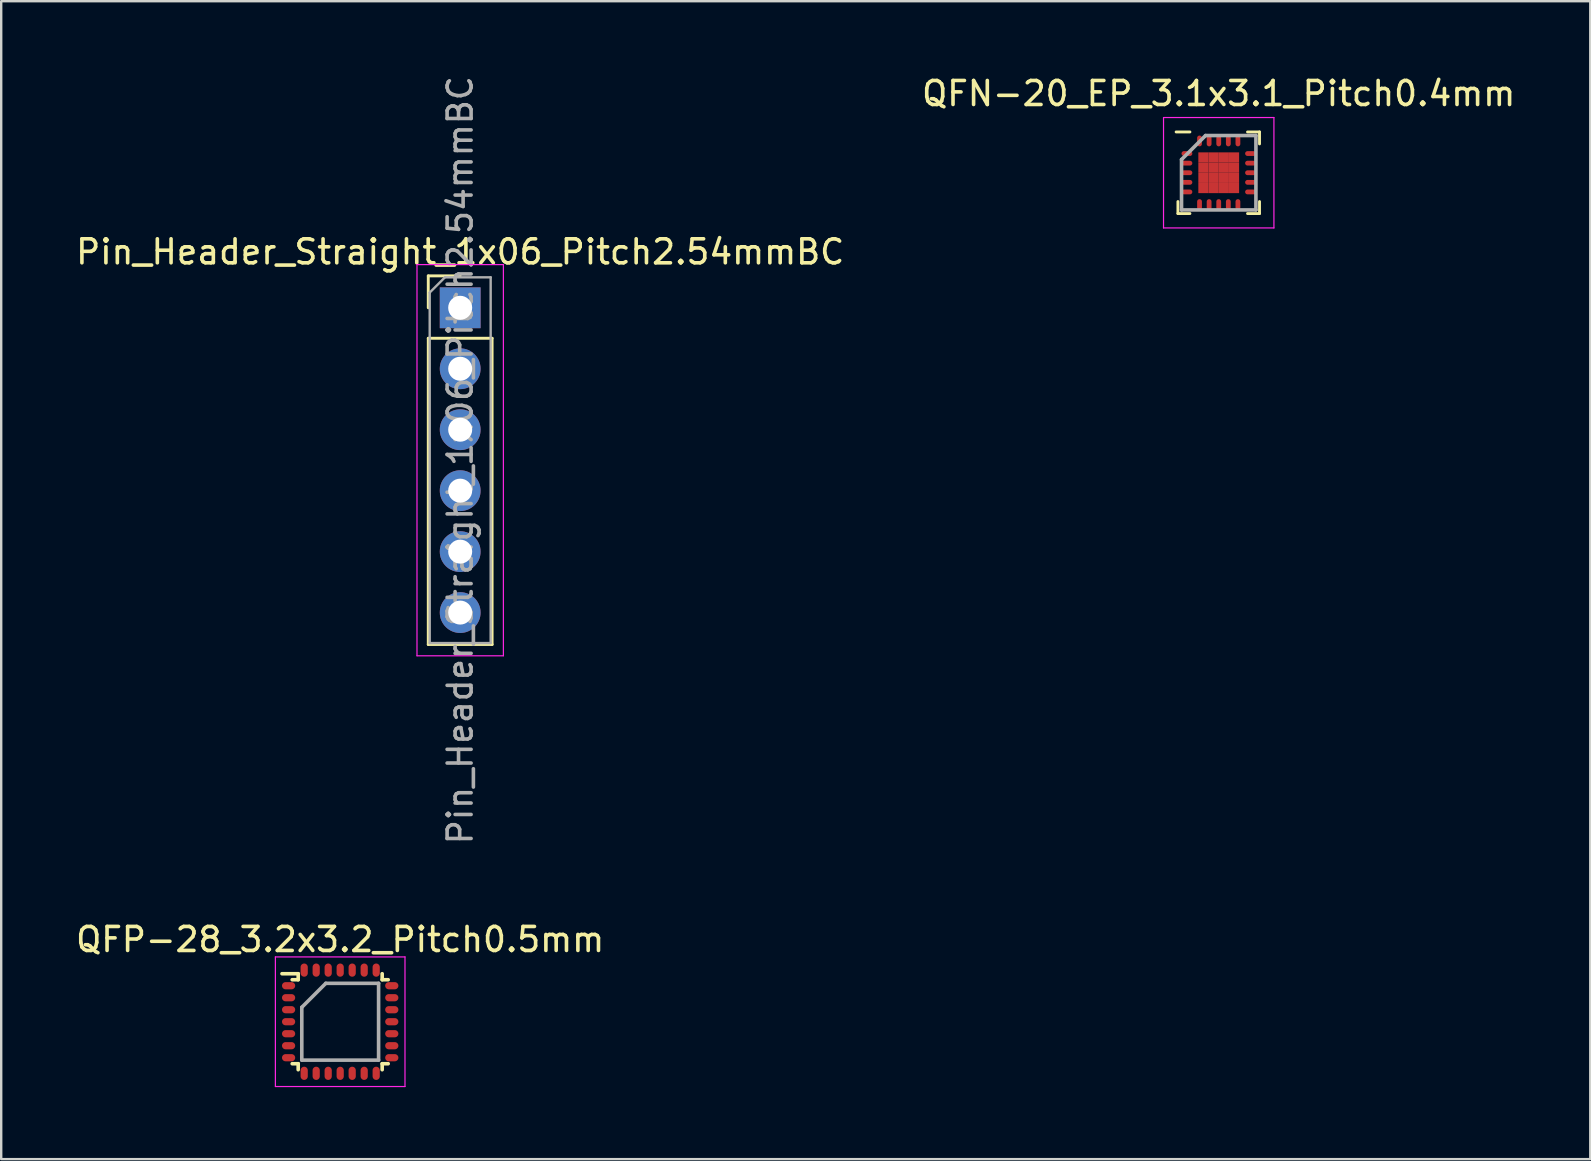
<source format=kicad_pcb>
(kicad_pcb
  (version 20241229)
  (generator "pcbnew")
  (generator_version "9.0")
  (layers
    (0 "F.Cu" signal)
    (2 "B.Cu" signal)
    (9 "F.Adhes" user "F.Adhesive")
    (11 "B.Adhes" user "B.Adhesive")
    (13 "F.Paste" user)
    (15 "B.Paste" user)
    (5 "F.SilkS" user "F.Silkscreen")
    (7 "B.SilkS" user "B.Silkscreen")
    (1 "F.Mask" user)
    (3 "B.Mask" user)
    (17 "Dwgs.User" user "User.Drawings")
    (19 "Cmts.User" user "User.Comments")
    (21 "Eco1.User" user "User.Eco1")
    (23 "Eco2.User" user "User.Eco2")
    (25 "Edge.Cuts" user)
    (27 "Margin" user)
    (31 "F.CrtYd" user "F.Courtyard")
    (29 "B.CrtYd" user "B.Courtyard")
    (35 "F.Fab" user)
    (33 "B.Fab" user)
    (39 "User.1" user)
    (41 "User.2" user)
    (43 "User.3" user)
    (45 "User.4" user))
  (footprint "Pin_Header_Straight_1x06_Pitch2.54mmBC"
    (layer "F.Cu")
    (at 16.125 9.775)
    (property "Reference" "Pin_Header_Straight_1x06_Pitch2.54mmBC" (at 0 -2.33 0) (layer "F.SilkS") (effects (font (size 1 1) (thickness 0.15))))
    (attr through_hole)
    (fp_line (start -1.33 -1.33) (end 0 -1.33) (stroke (width 0.12) (type solid)) (layer "F.SilkS"))
    (fp_line (start -1.33 0) (end -1.33 -1.33) (stroke (width 0.12) (type solid)) (layer "F.SilkS"))
    (fp_line (start -1.33 1.27) (end -1.33 14.03) (stroke (width 0.12) (type solid)) (layer "F.SilkS"))
    (fp_line (start -1.33 1.27) (end 1.33 1.27) (stroke (width 0.12) (type solid)) (layer "F.SilkS"))
    (fp_line (start -1.33 14.03) (end 1.33 14.03) (stroke (width 0.12) (type solid)) (layer "F.SilkS"))
    (fp_line (start 1.33 1.27) (end 1.33 14.03) (stroke (width 0.12) (type solid)) (layer "F.SilkS"))
    (fp_line (start -1.8 -1.8) (end -1.8 14.5) (stroke (width 0.05) (type solid)) (layer "F.CrtYd"))
    (fp_line (start -1.8 14.5) (end 1.8 14.5) (stroke (width 0.05) (type solid)) (layer "F.CrtYd"))
    (fp_line (start 1.8 -1.8) (end -1.8 -1.8) (stroke (width 0.05) (type solid)) (layer "F.CrtYd"))
    (fp_line (start 1.8 14.5) (end 1.8 -1.8) (stroke (width 0.05) (type solid)) (layer "F.CrtYd"))
    (fp_line (start -1.27 -0.635) (end -0.635 -1.27) (stroke (width 0.1) (type solid)) (layer "F.Fab"))
    (fp_line (start -1.27 13.97) (end -1.27 -0.635) (stroke (width 0.1) (type solid)) (layer "F.Fab"))
    (fp_line (start -0.635 -1.27) (end 1.27 -1.27) (stroke (width 0.1) (type solid)) (layer "F.Fab"))
    (fp_line (start 1.27 -1.27) (end 1.27 13.97) (stroke (width 0.1) (type solid)) (layer "F.Fab"))
    (fp_line (start 1.27 13.97) (end -1.27 13.97) (stroke (width 0.1) (type solid)) (layer "F.Fab"))
    (fp_text user "${REFERENCE}" (at 0 6.35 90) (layer "F.Fab") (effects (font (size 1 1) (thickness 0.15))))
    (pad "1" thru_hole rect (at 0 0) (size 1.7 1.7) (drill 1) (layers "B.Cu" "B.Mask"))
    (pad "2" thru_hole oval (at 0 2.54) (size 1.7 1.7) (drill 1) (layers "B.Cu" "B.Mask"))
    (pad "3" thru_hole oval (at 0 5.08) (size 1.7 1.7) (drill 1) (layers "B.Cu" "B.Mask"))
    (pad "4" thru_hole oval (at 0 7.62) (size 1.7 1.7) (drill 1) (layers "B.Cu" "B.Mask"))
    (pad "5" thru_hole oval (at 0 10.16) (size 1.7 1.7) (drill 1) (layers "B.Cu" "B.Mask"))
    (pad "6" thru_hole oval (at 0 12.7) (size 1.7 1.7) (drill 1) (layers "B.Cu" "B.Mask")))
  (footprint "QFN-20_EP_3.1x3.1_Pitch0.4mm"
    (layer "F.Cu")
    (at 47.732 4.148)
    (property "Reference" "QFN-20_EP_3.1x3.1_Pitch0.4mm" (at 0 -3.3 0) (layer "F.SilkS") (effects (font (size 1 1) (thickness 0.15))))
    (attr smd)
    (fp_line (start -1.7 1.7) (end -1.7 1.2) (stroke (width 0.12) (type solid)) (layer "F.SilkS"))
    (fp_line (start -1.2 -1.7) (end -1.775 -1.7) (stroke (width 0.12) (type solid)) (layer "F.SilkS"))
    (fp_line (start -1.2 1.7) (end -1.7 1.7) (stroke (width 0.12) (type solid)) (layer "F.SilkS"))
    (fp_line (start 1.2 -1.7) (end 1.7 -1.7) (stroke (width 0.12) (type solid)) (layer "F.SilkS"))
    (fp_line (start 1.2 1.7) (end 1.7 1.7) (stroke (width 0.12) (type solid)) (layer "F.SilkS"))
    (fp_line (start 1.7 -1.7) (end 1.7 -1.2) (stroke (width 0.12) (type solid)) (layer "F.SilkS"))
    (fp_line (start 1.7 1.7) (end 1.7 1.2) (stroke (width 0.12) (type solid)) (layer "F.SilkS"))
    (fp_line (start -2.3 -2.3) (end 2.3 -2.3) (stroke (width 0.05) (type solid)) (layer "F.CrtYd"))
    (fp_line (start -2.3 2.3) (end -2.3 -2.3) (stroke (width 0.05) (type solid)) (layer "F.CrtYd"))
    (fp_line (start 2.3 -2.3) (end 2.3 2.3) (stroke (width 0.05) (type solid)) (layer "F.CrtYd"))
    (fp_line (start 2.3 2.3) (end -2.3 2.3) (stroke (width 0.05) (type solid)) (layer "F.CrtYd"))
    (fp_line (start -1.55 -0.55) (end -1.55 1.55) (stroke (width 0.15) (type solid)) (layer "F.Fab"))
    (fp_line (start -1.55 1.55) (end 1.55 1.55) (stroke (width 0.15) (type solid)) (layer "F.Fab"))
    (fp_line (start -0.55 -1.55) (end -1.55 -0.55) (stroke (width 0.15) (type solid)) (layer "F.Fab"))
    (fp_line (start 1.55 -1.55) (end -0.55 -1.55) (stroke (width 0.15) (type solid)) (layer "F.Fab"))
    (fp_line (start 1.55 1.55) (end 1.55 -1.55) (stroke (width 0.15) (type solid)) (layer "F.Fab"))
    (pad "1" smd oval (at -1.325 -0.8 90) (size 0.2 0.45) (layers "F.Cu" "F.Mask" "F.Paste"))
    (pad "2" smd oval (at -1.325 -0.4 90) (size 0.2 0.45) (layers "F.Cu" "F.Mask" "F.Paste"))
    (pad "3" smd oval (at -1.325 0 90) (size 0.2 0.45) (layers "F.Cu" "F.Mask" "F.Paste"))
    (pad "4" smd oval (at -1.325 0.4 90) (size 0.2 0.45) (layers "F.Cu" "F.Mask" "F.Paste"))
    (pad "5" smd oval (at -1.325 0.8 90) (size 0.2 0.45) (layers "F.Cu" "F.Mask" "F.Paste"))
    (pad "6" smd oval (at -0.8 1.325) (size 0.2 0.45) (layers "F.Cu" "F.Mask" "F.Paste"))
    (pad "7" smd oval (at -0.4 1.325) (size 0.2 0.45) (layers "F.Cu" "F.Mask" "F.Paste"))
    (pad "8" smd oval (at 0 1.325) (size 0.2 0.45) (layers "F.Cu" "F.Mask" "F.Paste"))
    (pad "9" smd oval (at 0.4 1.325) (size 0.2 0.45) (layers "F.Cu" "F.Mask" "F.Paste"))
    (pad "10" smd oval (at 0.8 1.325) (size 0.2 0.45) (layers "F.Cu" "F.Mask" "F.Paste"))
    (pad "11" smd oval (at 1.325 0.8 90) (size 0.2 0.45) (layers "F.Cu" "F.Mask" "F.Paste"))
    (pad "12" smd oval (at 1.325 0.4 90) (size 0.2 0.45) (layers "F.Cu" "F.Mask" "F.Paste"))
    (pad "13" smd oval (at 1.325 0 90) (size 0.2 0.45) (layers "F.Cu" "F.Mask" "F.Paste"))
    (pad "14" smd oval (at 1.325 -0.4 90) (size 0.2 0.45) (layers "F.Cu" "F.Mask" "F.Paste"))
    (pad "15" smd oval (at 1.325 -0.8 90) (size 0.2 0.45) (layers "F.Cu" "F.Mask" "F.Paste"))
    (pad "16" smd oval (at 0.8 -1.325) (size 0.2 0.45) (layers "F.Cu" "F.Mask" "F.Paste"))
    (pad "17" smd oval (at 0.4 -1.325) (size 0.2 0.45) (layers "F.Cu" "F.Mask" "F.Paste"))
    (pad "18" smd oval (at 0 -1.325) (size 0.2 0.45) (layers "F.Cu" "F.Mask" "F.Paste"))
    (pad "19" smd oval (at -0.4 -1.325) (size 0.2 0.45) (layers "F.Cu" "F.Mask" "F.Paste"))
    (pad "20" smd oval (at -0.8 -1.325) (size 0.2 0.45) (layers "F.Cu" "F.Mask" "F.Paste"))
    (pad "21" smd rect (at -0.637 -0.637) (size 0.425 0.425) (layers "F.Cu" "F.Mask" "F.Paste"))
    (pad "21" smd rect (at -0.637 -0.212) (size 0.425 0.425) (layers "F.Cu" "F.Mask" "F.Paste"))
    (pad "21" smd rect (at -0.637 0.212) (size 0.425 0.425) (layers "F.Cu" "F.Mask" "F.Paste"))
    (pad "21" smd rect (at -0.637 0.637) (size 0.425 0.425) (layers "F.Cu" "F.Mask" "F.Paste"))
    (pad "21" smd rect (at -0.212 -0.637) (size 0.425 0.425) (layers "F.Cu" "F.Mask" "F.Paste"))
    (pad "21" smd rect (at -0.212 -0.212) (size 0.425 0.425) (layers "F.Cu" "F.Mask" "F.Paste"))
    (pad "21" smd rect (at -0.212 0.212) (size 0.425 0.425) (layers "F.Cu" "F.Mask" "F.Paste"))
    (pad "21" smd rect (at -0.212 0.637) (size 0.425 0.425) (layers "F.Cu" "F.Mask" "F.Paste"))
    (pad "21" smd rect (at 0.212 -0.637) (size 0.425 0.425) (layers "F.Cu" "F.Mask" "F.Paste"))
    (pad "21" smd rect (at 0.212 -0.212) (size 0.425 0.425) (layers "F.Cu" "F.Mask" "F.Paste"))
    (pad "21" smd rect (at 0.212 0.212) (size 0.425 0.425) (layers "F.Cu" "F.Mask" "F.Paste"))
    (pad "21" smd rect (at 0.212 0.637) (size 0.425 0.425) (layers "F.Cu" "F.Mask" "F.Paste"))
    (pad "21" smd rect (at 0.637 -0.637) (size 0.425 0.425) (layers "F.Cu" "F.Mask" "F.Paste"))
    (pad "21" smd rect (at 0.637 -0.212) (size 0.425 0.425) (layers "F.Cu" "F.Mask" "F.Paste"))
    (pad "21" smd rect (at 0.637 0.212) (size 0.425 0.425) (layers "F.Cu" "F.Mask" "F.Paste"))
    (pad "21" smd rect (at 0.637 0.637) (size 0.425 0.425) (layers "F.Cu" "F.Mask" "F.Paste")))
  (footprint "QFP-28_3.2x3.2_Pitch0.5mm"
    (layer "F.Cu")
    (at 11.125 39.523)
    (property "Reference" "QFP-28_3.2x3.2_Pitch0.5mm" (at 0 -3.425 0) (layer "F.SilkS") (effects (font (size 1 1) (thickness 0.15))))
    (attr smd)
    (fp_line (start -2 -1.75) (end -1.75 -1.75) (stroke (width 0.15) (type solid)) (layer "F.SilkS"))
    (fp_line (start -2 1.75) (end -1.75 1.75) (stroke (width 0.15) (type solid)) (layer "F.SilkS"))
    (fp_line (start -1.75 -2) (end -2.425 -2) (stroke (width 0.15) (type solid)) (layer "F.SilkS"))
    (fp_line (start -1.75 -1.75) (end -1.75 -2) (stroke (width 0.15) (type solid)) (layer "F.SilkS"))
    (fp_line (start -1.75 1.75) (end -1.75 2) (stroke (width 0.15) (type solid)) (layer "F.SilkS"))
    (fp_line (start 1.75 -1.75) (end 1.75 -2) (stroke (width 0.15) (type solid)) (layer "F.SilkS"))
    (fp_line (start 1.75 1.75) (end 1.75 2) (stroke (width 0.15) (type solid)) (layer "F.SilkS"))
    (fp_line (start 2 -1.75) (end 1.75 -1.75) (stroke (width 0.15) (type solid)) (layer "F.SilkS"))
    (fp_line (start 2 1.75) (end 1.75 1.75) (stroke (width 0.15) (type solid)) (layer "F.SilkS"))
    (fp_line (start -2.7 -2.7) (end 2.7 -2.7) (stroke (width 0.05) (type solid)) (layer "F.CrtYd"))
    (fp_line (start -2.7 2.7) (end -2.7 -2.7) (stroke (width 0.05) (type solid)) (layer "F.CrtYd"))
    (fp_line (start 2.7 -2.7) (end 2.7 2.7) (stroke (width 0.05) (type solid)) (layer "F.CrtYd"))
    (fp_line (start 2.7 2.7) (end -2.7 2.7) (stroke (width 0.05) (type solid)) (layer "F.CrtYd"))
    (fp_line (start -1.6 -0.6) (end -1.6 1.6) (stroke (width 0.15) (type solid)) (layer "F.Fab"))
    (fp_line (start -1.6 1.6) (end 1.6 1.6) (stroke (width 0.15) (type solid)) (layer "F.Fab"))
    (fp_line (start -0.6 -1.6) (end -1.6 -0.6) (stroke (width 0.15) (type solid)) (layer "F.Fab"))
    (fp_line (start 1.6 -1.6) (end -0.6 -1.6) (stroke (width 0.15) (type solid)) (layer "F.Fab"))
    (fp_line (start 1.6 1.6) (end 1.6 -1.6) (stroke (width 0.15) (type solid)) (layer "F.Fab"))
    (pad "1" smd oval (at -2.15 -1.5 90) (size 0.3 0.55) (layers "F.Cu" "F.Mask" "F.Paste"))
    (pad "2" smd oval (at -2.15 -1 90) (size 0.3 0.55) (layers "F.Cu" "F.Mask" "F.Paste"))
    (pad "3" smd oval (at -2.15 -0.5 90) (size 0.3 0.55) (layers "F.Cu" "F.Mask" "F.Paste"))
    (pad "4" smd oval (at -2.15 0 90) (size 0.3 0.55) (layers "F.Cu" "F.Mask" "F.Paste"))
    (pad "5" smd oval (at -2.15 0.5 90) (size 0.3 0.55) (layers "F.Cu" "F.Mask" "F.Paste"))
    (pad "6" smd oval (at -2.15 1 90) (size 0.3 0.55) (layers "F.Cu" "F.Mask" "F.Paste"))
    (pad "7" smd oval (at -2.15 1.5 90) (size 0.3 0.55) (layers "F.Cu" "F.Mask" "F.Paste"))
    (pad "8" smd oval (at -1.5 2.15) (size 0.3 0.55) (layers "F.Cu" "F.Mask" "F.Paste"))
    (pad "9" smd oval (at -1 2.15) (size 0.3 0.55) (layers "F.Cu" "F.Mask" "F.Paste"))
    (pad "10" smd oval (at -0.5 2.15) (size 0.3 0.55) (layers "F.Cu" "F.Mask" "F.Paste"))
    (pad "11" smd oval (at 0 2.15) (size 0.3 0.55) (layers "F.Cu" "F.Mask" "F.Paste"))
    (pad "12" smd oval (at 0.5 2.15) (size 0.3 0.55) (layers "F.Cu" "F.Mask" "F.Paste"))
    (pad "13" smd oval (at 1 2.15) (size 0.3 0.55) (layers "F.Cu" "F.Mask" "F.Paste"))
    (pad "14" smd oval (at 1.5 2.15) (size 0.3 0.55) (layers "F.Cu" "F.Mask" "F.Paste"))
    (pad "15" smd oval (at 2.15 1.5 90) (size 0.3 0.55) (layers "F.Cu" "F.Mask" "F.Paste"))
    (pad "16" smd oval (at 2.15 1 90) (size 0.3 0.55) (layers "F.Cu" "F.Mask" "F.Paste"))
    (pad "17" smd oval (at 2.15 0.5 90) (size 0.3 0.55) (layers "F.Cu" "F.Mask" "F.Paste"))
    (pad "18" smd oval (at 2.15 0 90) (size 0.3 0.55) (layers "F.Cu" "F.Mask" "F.Paste"))
    (pad "19" smd oval (at 2.15 -0.5 90) (size 0.3 0.55) (layers "F.Cu" "F.Mask" "F.Paste"))
    (pad "20" smd oval (at 2.15 -1 90) (size 0.3 0.55) (layers "F.Cu" "F.Mask" "F.Paste"))
    (pad "21" smd oval (at 2.15 -1.5 90) (size 0.3 0.55) (layers "F.Cu" "F.Mask" "F.Paste"))
    (pad "22" smd oval (at 1.5 -2.15) (size 0.3 0.55) (layers "F.Cu" "F.Mask" "F.Paste"))
    (pad "23" smd oval (at 1 -2.15) (size 0.3 0.55) (layers "F.Cu" "F.Mask" "F.Paste"))
    (pad "24" smd oval (at 0.5 -2.15) (size 0.3 0.55) (layers "F.Cu" "F.Mask" "F.Paste"))
    (pad "25" smd oval (at 0 -2.15) (size 0.3 0.55) (layers "F.Cu" "F.Mask" "F.Paste"))
    (pad "26" smd oval (at -0.5 -2.15) (size 0.3 0.55) (layers "F.Cu" "F.Mask" "F.Paste"))
    (pad "27" smd oval (at -1 -2.15) (size 0.3 0.55) (layers "F.Cu" "F.Mask" "F.Paste"))
    (pad "28" smd oval (at -1.5 -2.15) (size 0.3 0.55) (layers "F.Cu" "F.Mask" "F.Paste")))
  (gr_rect
    (start -3 -3)
    (end 63.214 45.248)
    (stroke (width 0.1) (type default))
    (fill no)
    (layer "Edge.Cuts")))
</source>
